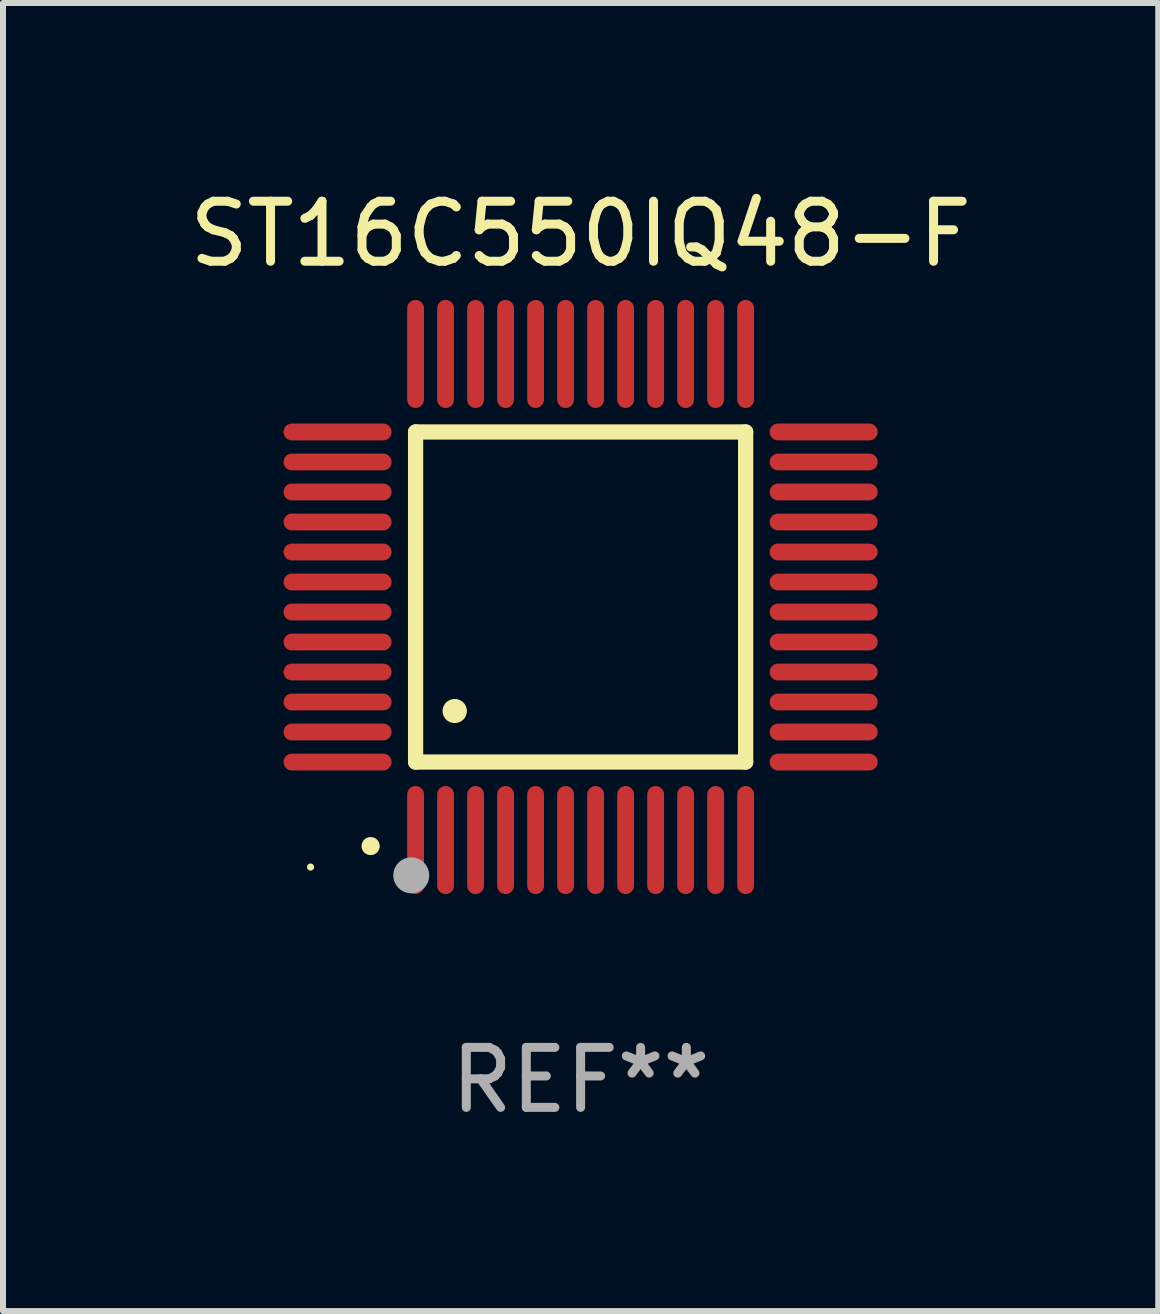
<source format=kicad_pcb>
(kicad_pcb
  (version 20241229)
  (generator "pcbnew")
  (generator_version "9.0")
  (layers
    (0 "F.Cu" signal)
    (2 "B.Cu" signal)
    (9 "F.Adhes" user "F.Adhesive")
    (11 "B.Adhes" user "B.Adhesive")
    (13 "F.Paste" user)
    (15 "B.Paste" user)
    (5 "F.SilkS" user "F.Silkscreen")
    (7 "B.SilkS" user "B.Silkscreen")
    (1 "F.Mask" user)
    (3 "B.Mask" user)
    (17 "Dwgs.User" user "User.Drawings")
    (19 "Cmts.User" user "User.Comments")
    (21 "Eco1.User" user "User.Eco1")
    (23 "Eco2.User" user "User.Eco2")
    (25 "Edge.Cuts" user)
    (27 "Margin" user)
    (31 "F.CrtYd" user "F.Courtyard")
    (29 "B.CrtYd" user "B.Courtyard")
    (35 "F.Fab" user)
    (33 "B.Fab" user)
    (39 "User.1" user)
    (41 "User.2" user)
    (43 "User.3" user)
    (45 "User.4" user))
  (footprint "ST16C550IQ48-F"
    (layer "F.Cu")
    (at 6.625 6.898)
    (property "Reference" "ST16C550IQ48-F" (at 0 -6.05 0) (layer "F.SilkS") (effects (font (size 1 1) (thickness 0.15))))
    (attr through_hole)
    (fp_line (start -2.75 -2.75) (end 2.75 -2.75) (stroke (width 0.254) (type solid)) (layer "F.SilkS"))
    (fp_line (start -2.75 2.75) (end -2.75 -2.75) (stroke (width 0.254) (type solid)) (layer "F.SilkS"))
    (fp_line (start 2.75 -2.75) (end 2.75 2.75) (stroke (width 0.254) (type solid)) (layer "F.SilkS"))
    (fp_line (start 2.75 2.75) (end -2.75 2.75) (stroke (width 0.254) (type solid)) (layer "F.SilkS"))
    (fp_arc (start -3.500127 4.150368) (mid -3.498857 4.150363) (end -3.497587 4.150368) (stroke (width 0.3) (type solid)) (layer "F.SilkS"))
    (fp_arc (start -2.100584 1.899924) (mid -2.098044 1.899908) (end -2.095504 1.899924) (stroke (width 0.4) (type solid)) (layer "F.SilkS"))
    (fp_circle (center -4.5 4.5) (end -4.47 4.5) (stroke (width 0.06) (type solid)) (fill no) (layer "F.SilkS"))
    (fp_circle (center -2.822 4.638) (end -2.672 4.638) (stroke (width 0.3) (type solid)) (fill no) (layer "F.Fab"))
    (fp_text user "REF**" (at 0 8.05 0) (layer "F.Fab") (effects (font (size 1 1) (thickness 0.15))))
    (pad "1" smd oval (at -2.75 4.05) (size 0.28 1.8) (layers "F.Cu" "F.Mask" "F.Paste"))
    (pad "2" smd oval (at -2.25 4.05) (size 0.28 1.8) (layers "F.Cu" "F.Mask" "F.Paste"))
    (pad "3" smd oval (at -1.75 4.05) (size 0.28 1.8) (layers "F.Cu" "F.Mask" "F.Paste"))
    (pad "4" smd oval (at -1.25 4.05) (size 0.28 1.8) (layers "F.Cu" "F.Mask" "F.Paste"))
    (pad "5" smd oval (at -0.75 4.05) (size 0.28 1.8) (layers "F.Cu" "F.Mask" "F.Paste"))
    (pad "6" smd oval (at -0.25 4.05) (size 0.28 1.8) (layers "F.Cu" "F.Mask" "F.Paste"))
    (pad "7" smd oval (at 0.25 4.05) (size 0.28 1.8) (layers "F.Cu" "F.Mask" "F.Paste"))
    (pad "8" smd oval (at 0.75 4.05) (size 0.28 1.8) (layers "F.Cu" "F.Mask" "F.Paste"))
    (pad "9" smd oval (at 1.25 4.05) (size 0.28 1.8) (layers "F.Cu" "F.Mask" "F.Paste"))
    (pad "10" smd oval (at 1.75 4.05) (size 0.28 1.8) (layers "F.Cu" "F.Mask" "F.Paste"))
    (pad "11" smd oval (at 2.25 4.05) (size 0.28 1.8) (layers "F.Cu" "F.Mask" "F.Paste"))
    (pad "12" smd oval (at 2.75 4.05) (size 0.28 1.8) (layers "F.Cu" "F.Mask" "F.Paste"))
    (pad "13" smd oval (at 4.05 2.75) (size 1.8 0.28) (layers "F.Cu" "F.Mask" "F.Paste"))
    (pad "14" smd oval (at 4.05 2.25) (size 1.8 0.28) (layers "F.Cu" "F.Mask" "F.Paste"))
    (pad "15" smd oval (at 4.05 1.75) (size 1.8 0.28) (layers "F.Cu" "F.Mask" "F.Paste"))
    (pad "16" smd oval (at 4.05 1.25) (size 1.8 0.28) (layers "F.Cu" "F.Mask" "F.Paste"))
    (pad "17" smd oval (at 4.05 0.75) (size 1.8 0.28) (layers "F.Cu" "F.Mask" "F.Paste"))
    (pad "18" smd oval (at 4.05 0.25) (size 1.8 0.28) (layers "F.Cu" "F.Mask" "F.Paste"))
    (pad "19" smd oval (at 4.05 -0.25) (size 1.8 0.28) (layers "F.Cu" "F.Mask" "F.Paste"))
    (pad "20" smd oval (at 4.05 -0.75) (size 1.8 0.28) (layers "F.Cu" "F.Mask" "F.Paste"))
    (pad "21" smd oval (at 4.05 -1.25) (size 1.8 0.28) (layers "F.Cu" "F.Mask" "F.Paste"))
    (pad "22" smd oval (at 4.05 -1.75) (size 1.8 0.28) (layers "F.Cu" "F.Mask" "F.Paste"))
    (pad "23" smd oval (at 4.05 -2.25) (size 1.8 0.28) (layers "F.Cu" "F.Mask" "F.Paste"))
    (pad "24" smd oval (at 4.05 -2.75) (size 1.8 0.28) (layers "F.Cu" "F.Mask" "F.Paste"))
    (pad "25" smd oval (at 2.75 -4.05) (size 0.28 1.8) (layers "F.Cu" "F.Mask" "F.Paste"))
    (pad "26" smd oval (at 2.25 -4.05) (size 0.28 1.8) (layers "F.Cu" "F.Mask" "F.Paste"))
    (pad "27" smd oval (at 1.75 -4.05) (size 0.28 1.8) (layers "F.Cu" "F.Mask" "F.Paste"))
    (pad "28" smd oval (at 1.25 -4.05) (size 0.28 1.8) (layers "F.Cu" "F.Mask" "F.Paste"))
    (pad "29" smd oval (at 0.75 -4.05) (size 0.28 1.8) (layers "F.Cu" "F.Mask" "F.Paste"))
    (pad "30" smd oval (at 0.25 -4.05) (size 0.28 1.8) (layers "F.Cu" "F.Mask" "F.Paste"))
    (pad "31" smd oval (at -0.25 -4.05) (size 0.28 1.8) (layers "F.Cu" "F.Mask" "F.Paste"))
    (pad "32" smd oval (at -0.75 -4.05) (size 0.28 1.8) (layers "F.Cu" "F.Mask" "F.Paste"))
    (pad "33" smd oval (at -1.25 -4.05) (size 0.28 1.8) (layers "F.Cu" "F.Mask" "F.Paste"))
    (pad "34" smd oval (at -1.75 -4.05) (size 0.28 1.8) (layers "F.Cu" "F.Mask" "F.Paste"))
    (pad "35" smd oval (at -2.25 -4.05) (size 0.28 1.8) (layers "F.Cu" "F.Mask" "F.Paste"))
    (pad "36" smd oval (at -2.75 -4.05) (size 0.28 1.8) (layers "F.Cu" "F.Mask" "F.Paste"))
    (pad "37" smd oval (at -4.05 -2.75) (size 1.8 0.28) (layers "F.Cu" "F.Mask" "F.Paste"))
    (pad "38" smd oval (at -4.05 -2.25) (size 1.8 0.28) (layers "F.Cu" "F.Mask" "F.Paste"))
    (pad "39" smd oval (at -4.05 -1.75) (size 1.8 0.28) (layers "F.Cu" "F.Mask" "F.Paste"))
    (pad "40" smd oval (at -4.05 -1.25) (size 1.8 0.28) (layers "F.Cu" "F.Mask" "F.Paste"))
    (pad "41" smd oval (at -4.05 -0.75) (size 1.8 0.28) (layers "F.Cu" "F.Mask" "F.Paste"))
    (pad "42" smd oval (at -4.05 -0.25) (size 1.8 0.28) (layers "F.Cu" "F.Mask" "F.Paste"))
    (pad "43" smd oval (at -4.05 0.25) (size 1.8 0.28) (layers "F.Cu" "F.Mask" "F.Paste"))
    (pad "44" smd oval (at -4.05 0.75) (size 1.8 0.28) (layers "F.Cu" "F.Mask" "F.Paste"))
    (pad "45" smd oval (at -4.05 1.25) (size 1.8 0.28) (layers "F.Cu" "F.Mask" "F.Paste"))
    (pad "46" smd oval (at -4.05 1.75) (size 1.8 0.28) (layers "F.Cu" "F.Mask" "F.Paste"))
    (pad "47" smd oval (at -4.05 2.25) (size 1.8 0.28) (layers "F.Cu" "F.Mask" "F.Paste"))
    (pad "48" smd oval (at -4.05 2.75) (size 1.8 0.28) (layers "F.Cu" "F.Mask" "F.Paste")))
  (gr_rect
    (start -3 -3)
    (end 16.25 18.797)
    (stroke (width 0.1) (type default))
    (fill no)
    (layer "Edge.Cuts")))
</source>
